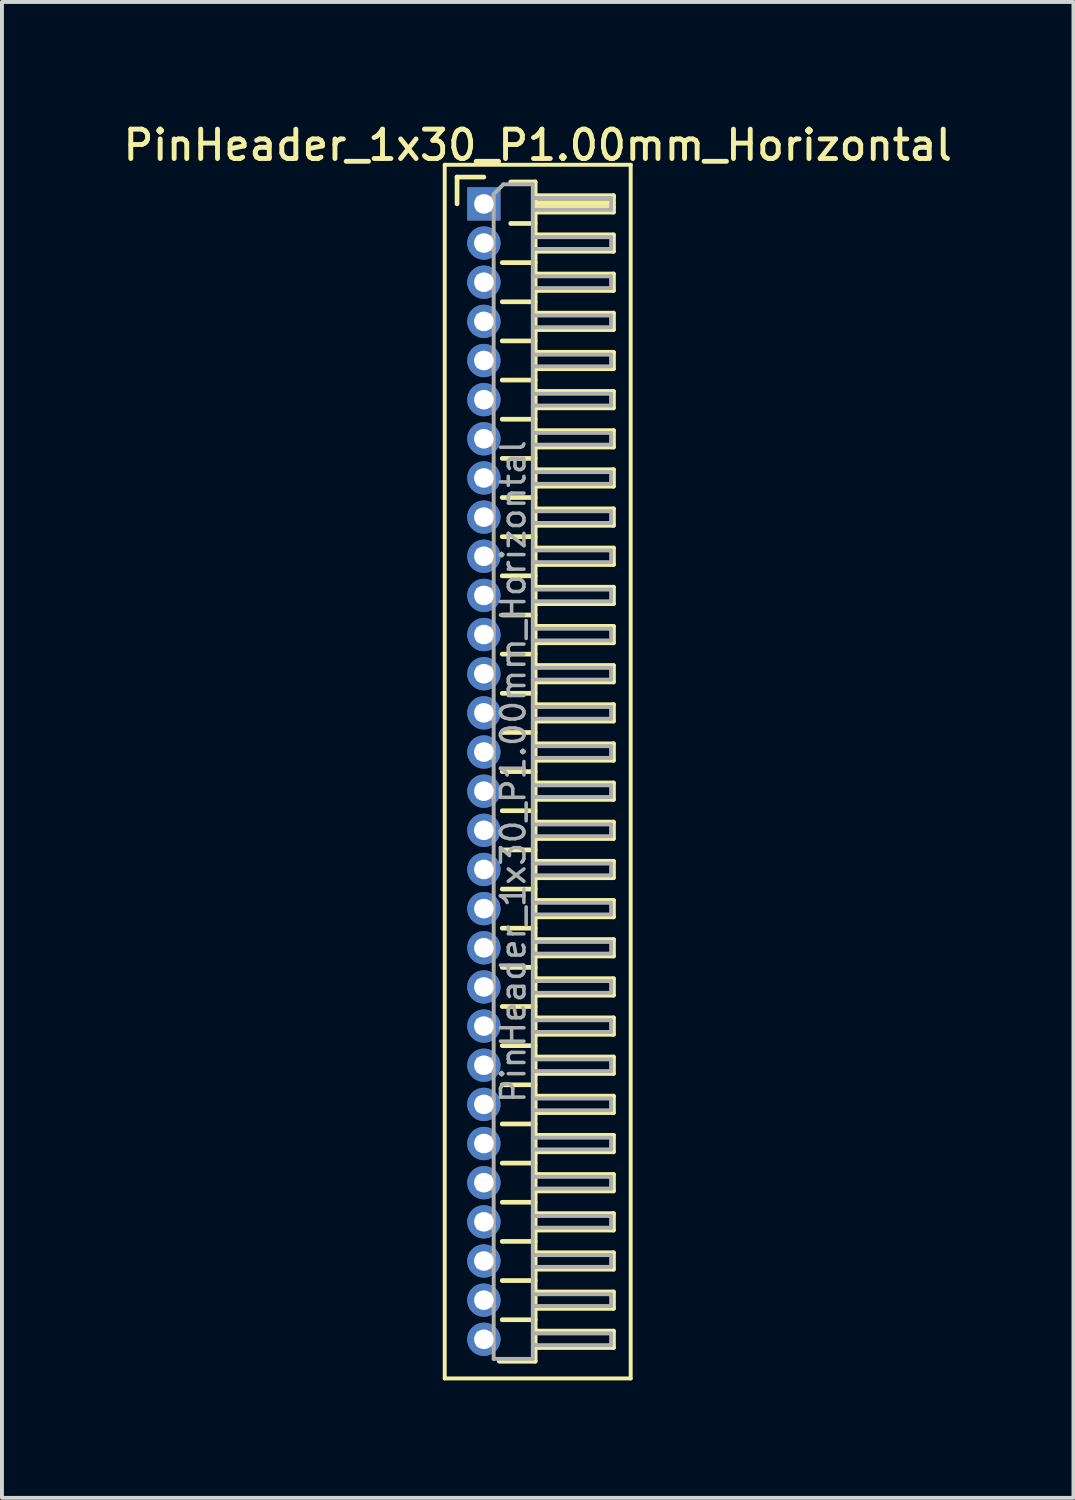
<source format=kicad_pcb>
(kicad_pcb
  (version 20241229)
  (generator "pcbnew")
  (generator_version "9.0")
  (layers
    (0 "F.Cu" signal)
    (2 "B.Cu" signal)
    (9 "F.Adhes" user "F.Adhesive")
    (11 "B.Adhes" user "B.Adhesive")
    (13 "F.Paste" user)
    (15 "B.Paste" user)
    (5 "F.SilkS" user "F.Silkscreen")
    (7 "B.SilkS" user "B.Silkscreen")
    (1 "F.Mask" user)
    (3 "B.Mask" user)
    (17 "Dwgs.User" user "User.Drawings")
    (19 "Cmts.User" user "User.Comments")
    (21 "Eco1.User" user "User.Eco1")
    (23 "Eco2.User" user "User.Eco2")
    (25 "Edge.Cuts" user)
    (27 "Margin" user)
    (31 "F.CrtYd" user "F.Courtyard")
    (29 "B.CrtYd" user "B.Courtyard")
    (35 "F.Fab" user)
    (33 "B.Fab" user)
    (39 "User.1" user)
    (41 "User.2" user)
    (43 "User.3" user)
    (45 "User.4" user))
  (footprint "PinHeader_1x30_P1.00mm_Horizontal"
    (layer "F.Cu")
    (at 9.309 2.158)
    (property "Reference" "PinHeader_1x30_P1.00mm_Horizontal" (at 1.375 -1.5 0) (layer "F.SilkS") (effects (font (size 0.75 0.75) (thickness 0.125))))
    (attr through_hole)
    (fp_line (start -1 -1) (end -1 30) (stroke (width 0.1) (type solid)) (layer "F.SilkS"))
    (fp_line (start -1 30) (end 3.75 30) (stroke (width 0.1) (type solid)) (layer "F.SilkS"))
    (fp_line (start -0.685 -0.685) (end 0 -0.685) (stroke (width 0.12) (type solid)) (layer "F.SilkS"))
    (fp_line (start -0.685 0) (end -0.685 -0.685) (stroke (width 0.12) (type solid)) (layer "F.SilkS"))
    (fp_line (start 0.468 1.5) (end 1.31 1.5) (stroke (width 0.12) (type solid)) (layer "F.SilkS"))
    (fp_line (start 0.468 2.5) (end 1.31 2.5) (stroke (width 0.12) (type solid)) (layer "F.SilkS"))
    (fp_line (start 0.468 3.5) (end 1.31 3.5) (stroke (width 0.12) (type solid)) (layer "F.SilkS"))
    (fp_line (start 0.468 4.5) (end 1.31 4.5) (stroke (width 0.12) (type solid)) (layer "F.SilkS"))
    (fp_line (start 0.468 5.5) (end 1.31 5.5) (stroke (width 0.12) (type solid)) (layer "F.SilkS"))
    (fp_line (start 0.468 6.5) (end 1.31 6.5) (stroke (width 0.12) (type solid)) (layer "F.SilkS"))
    (fp_line (start 0.468 7.5) (end 1.31 7.5) (stroke (width 0.12) (type solid)) (layer "F.SilkS"))
    (fp_line (start 0.468 8.5) (end 1.31 8.5) (stroke (width 0.12) (type solid)) (layer "F.SilkS"))
    (fp_line (start 0.468 9.5) (end 1.31 9.5) (stroke (width 0.12) (type solid)) (layer "F.SilkS"))
    (fp_line (start 0.468 10.5) (end 1.31 10.5) (stroke (width 0.12) (type solid)) (layer "F.SilkS"))
    (fp_line (start 0.468 11.5) (end 1.31 11.5) (stroke (width 0.12) (type solid)) (layer "F.SilkS"))
    (fp_line (start 0.468 12.5) (end 1.31 12.5) (stroke (width 0.12) (type solid)) (layer "F.SilkS"))
    (fp_line (start 0.468 13.5) (end 1.31 13.5) (stroke (width 0.12) (type solid)) (layer "F.SilkS"))
    (fp_line (start 0.468 14.5) (end 1.31 14.5) (stroke (width 0.12) (type solid)) (layer "F.SilkS"))
    (fp_line (start 0.468 15.5) (end 1.31 15.5) (stroke (width 0.12) (type solid)) (layer "F.SilkS"))
    (fp_line (start 0.468 16.5) (end 1.31 16.5) (stroke (width 0.12) (type solid)) (layer "F.SilkS"))
    (fp_line (start 0.468 17.5) (end 1.31 17.5) (stroke (width 0.12) (type solid)) (layer "F.SilkS"))
    (fp_line (start 0.468 18.5) (end 1.31 18.5) (stroke (width 0.12) (type solid)) (layer "F.SilkS"))
    (fp_line (start 0.468 19.5) (end 1.31 19.5) (stroke (width 0.12) (type solid)) (layer "F.SilkS"))
    (fp_line (start 0.468 20.5) (end 1.31 20.5) (stroke (width 0.12) (type solid)) (layer "F.SilkS"))
    (fp_line (start 0.468 21.5) (end 1.31 21.5) (stroke (width 0.12) (type solid)) (layer "F.SilkS"))
    (fp_line (start 0.468 22.5) (end 1.31 22.5) (stroke (width 0.12) (type solid)) (layer "F.SilkS"))
    (fp_line (start 0.468 23.5) (end 1.31 23.5) (stroke (width 0.12) (type solid)) (layer "F.SilkS"))
    (fp_line (start 0.468 24.5) (end 1.31 24.5) (stroke (width 0.12) (type solid)) (layer "F.SilkS"))
    (fp_line (start 0.468 25.5) (end 1.31 25.5) (stroke (width 0.12) (type solid)) (layer "F.SilkS"))
    (fp_line (start 0.468 26.5) (end 1.31 26.5) (stroke (width 0.12) (type solid)) (layer "F.SilkS"))
    (fp_line (start 0.468 27.5) (end 1.31 27.5) (stroke (width 0.12) (type solid)) (layer "F.SilkS"))
    (fp_line (start 0.468 28.5) (end 1.31 28.5) (stroke (width 0.12) (type solid)) (layer "F.SilkS"))
    (fp_line (start 0.685 -0.56) (end 1.31 -0.56) (stroke (width 0.12) (type solid)) (layer "F.SilkS"))
    (fp_line (start 0.685 0.5) (end 1.31 0.5) (stroke (width 0.12) (type solid)) (layer "F.SilkS"))
    (fp_line (start 1.31 -0.56) (end 1.31 29.56) (stroke (width 0.12) (type solid)) (layer "F.SilkS"))
    (fp_line (start 1.31 -0.21) (end 3.31 -0.21) (stroke (width 0.12) (type solid)) (layer "F.SilkS"))
    (fp_line (start 1.31 -0.15) (end 3.31 -0.15) (stroke (width 0.12) (type solid)) (layer "F.SilkS"))
    (fp_line (start 1.31 -0.03) (end 3.31 -0.03) (stroke (width 0.12) (type solid)) (layer "F.SilkS"))
    (fp_line (start 1.31 0.09) (end 3.31 0.09) (stroke (width 0.12) (type solid)) (layer "F.SilkS"))
    (fp_line (start 1.31 0.79) (end 3.31 0.79) (stroke (width 0.12) (type solid)) (layer "F.SilkS"))
    (fp_line (start 1.31 1.79) (end 3.31 1.79) (stroke (width 0.12) (type solid)) (layer "F.SilkS"))
    (fp_line (start 1.31 2.79) (end 3.31 2.79) (stroke (width 0.12) (type solid)) (layer "F.SilkS"))
    (fp_line (start 1.31 3.79) (end 3.31 3.79) (stroke (width 0.12) (type solid)) (layer "F.SilkS"))
    (fp_line (start 1.31 4.79) (end 3.31 4.79) (stroke (width 0.12) (type solid)) (layer "F.SilkS"))
    (fp_line (start 1.31 5.79) (end 3.31 5.79) (stroke (width 0.12) (type solid)) (layer "F.SilkS"))
    (fp_line (start 1.31 6.79) (end 3.31 6.79) (stroke (width 0.12) (type solid)) (layer "F.SilkS"))
    (fp_line (start 1.31 7.79) (end 3.31 7.79) (stroke (width 0.12) (type solid)) (layer "F.SilkS"))
    (fp_line (start 1.31 8.79) (end 3.31 8.79) (stroke (width 0.12) (type solid)) (layer "F.SilkS"))
    (fp_line (start 1.31 9.79) (end 3.31 9.79) (stroke (width 0.12) (type solid)) (layer "F.SilkS"))
    (fp_line (start 1.31 10.79) (end 3.31 10.79) (stroke (width 0.12) (type solid)) (layer "F.SilkS"))
    (fp_line (start 1.31 11.79) (end 3.31 11.79) (stroke (width 0.12) (type solid)) (layer "F.SilkS"))
    (fp_line (start 1.31 12.79) (end 3.31 12.79) (stroke (width 0.12) (type solid)) (layer "F.SilkS"))
    (fp_line (start 1.31 13.79) (end 3.31 13.79) (stroke (width 0.12) (type solid)) (layer "F.SilkS"))
    (fp_line (start 1.31 14.79) (end 3.31 14.79) (stroke (width 0.12) (type solid)) (layer "F.SilkS"))
    (fp_line (start 1.31 15.79) (end 3.31 15.79) (stroke (width 0.12) (type solid)) (layer "F.SilkS"))
    (fp_line (start 1.31 16.79) (end 3.31 16.79) (stroke (width 0.12) (type solid)) (layer "F.SilkS"))
    (fp_line (start 1.31 17.79) (end 3.31 17.79) (stroke (width 0.12) (type solid)) (layer "F.SilkS"))
    (fp_line (start 1.31 18.79) (end 3.31 18.79) (stroke (width 0.12) (type solid)) (layer "F.SilkS"))
    (fp_line (start 1.31 19.79) (end 3.31 19.79) (stroke (width 0.12) (type solid)) (layer "F.SilkS"))
    (fp_line (start 1.31 20.79) (end 3.31 20.79) (stroke (width 0.12) (type solid)) (layer "F.SilkS"))
    (fp_line (start 1.31 21.79) (end 3.31 21.79) (stroke (width 0.12) (type solid)) (layer "F.SilkS"))
    (fp_line (start 1.31 22.79) (end 3.31 22.79) (stroke (width 0.12) (type solid)) (layer "F.SilkS"))
    (fp_line (start 1.31 23.79) (end 3.31 23.79) (stroke (width 0.12) (type solid)) (layer "F.SilkS"))
    (fp_line (start 1.31 24.79) (end 3.31 24.79) (stroke (width 0.12) (type solid)) (layer "F.SilkS"))
    (fp_line (start 1.31 25.79) (end 3.31 25.79) (stroke (width 0.12) (type solid)) (layer "F.SilkS"))
    (fp_line (start 1.31 26.79) (end 3.31 26.79) (stroke (width 0.12) (type solid)) (layer "F.SilkS"))
    (fp_line (start 1.31 27.79) (end 3.31 27.79) (stroke (width 0.12) (type solid)) (layer "F.SilkS"))
    (fp_line (start 1.31 28.79) (end 3.31 28.79) (stroke (width 0.12) (type solid)) (layer "F.SilkS"))
    (fp_line (start 1.31 29.56) (end 0.394 29.56) (stroke (width 0.12) (type solid)) (layer "F.SilkS"))
    (fp_line (start 3.31 -0.21) (end 3.31 0.21) (stroke (width 0.12) (type solid)) (layer "F.SilkS"))
    (fp_line (start 3.31 0.21) (end 1.31 0.21) (stroke (width 0.12) (type solid)) (layer "F.SilkS"))
    (fp_line (start 3.31 0.79) (end 3.31 1.21) (stroke (width 0.12) (type solid)) (layer "F.SilkS"))
    (fp_line (start 3.31 1.21) (end 1.31 1.21) (stroke (width 0.12) (type solid)) (layer "F.SilkS"))
    (fp_line (start 3.31 1.79) (end 3.31 2.21) (stroke (width 0.12) (type solid)) (layer "F.SilkS"))
    (fp_line (start 3.31 2.21) (end 1.31 2.21) (stroke (width 0.12) (type solid)) (layer "F.SilkS"))
    (fp_line (start 3.31 2.79) (end 3.31 3.21) (stroke (width 0.12) (type solid)) (layer "F.SilkS"))
    (fp_line (start 3.31 3.21) (end 1.31 3.21) (stroke (width 0.12) (type solid)) (layer "F.SilkS"))
    (fp_line (start 3.31 3.79) (end 3.31 4.21) (stroke (width 0.12) (type solid)) (layer "F.SilkS"))
    (fp_line (start 3.31 4.21) (end 1.31 4.21) (stroke (width 0.12) (type solid)) (layer "F.SilkS"))
    (fp_line (start 3.31 4.79) (end 3.31 5.21) (stroke (width 0.12) (type solid)) (layer "F.SilkS"))
    (fp_line (start 3.31 5.21) (end 1.31 5.21) (stroke (width 0.12) (type solid)) (layer "F.SilkS"))
    (fp_line (start 3.31 5.79) (end 3.31 6.21) (stroke (width 0.12) (type solid)) (layer "F.SilkS"))
    (fp_line (start 3.31 6.21) (end 1.31 6.21) (stroke (width 0.12) (type solid)) (layer "F.SilkS"))
    (fp_line (start 3.31 6.79) (end 3.31 7.21) (stroke (width 0.12) (type solid)) (layer "F.SilkS"))
    (fp_line (start 3.31 7.21) (end 1.31 7.21) (stroke (width 0.12) (type solid)) (layer "F.SilkS"))
    (fp_line (start 3.31 7.79) (end 3.31 8.21) (stroke (width 0.12) (type solid)) (layer "F.SilkS"))
    (fp_line (start 3.31 8.21) (end 1.31 8.21) (stroke (width 0.12) (type solid)) (layer "F.SilkS"))
    (fp_line (start 3.31 8.79) (end 3.31 9.21) (stroke (width 0.12) (type solid)) (layer "F.SilkS"))
    (fp_line (start 3.31 9.21) (end 1.31 9.21) (stroke (width 0.12) (type solid)) (layer "F.SilkS"))
    (fp_line (start 3.31 9.79) (end 3.31 10.21) (stroke (width 0.12) (type solid)) (layer "F.SilkS"))
    (fp_line (start 3.31 10.21) (end 1.31 10.21) (stroke (width 0.12) (type solid)) (layer "F.SilkS"))
    (fp_line (start 3.31 10.79) (end 3.31 11.21) (stroke (width 0.12) (type solid)) (layer "F.SilkS"))
    (fp_line (start 3.31 11.21) (end 1.31 11.21) (stroke (width 0.12) (type solid)) (layer "F.SilkS"))
    (fp_line (start 3.31 11.79) (end 3.31 12.21) (stroke (width 0.12) (type solid)) (layer "F.SilkS"))
    (fp_line (start 3.31 12.21) (end 1.31 12.21) (stroke (width 0.12) (type solid)) (layer "F.SilkS"))
    (fp_line (start 3.31 12.79) (end 3.31 13.21) (stroke (width 0.12) (type solid)) (layer "F.SilkS"))
    (fp_line (start 3.31 13.21) (end 1.31 13.21) (stroke (width 0.12) (type solid)) (layer "F.SilkS"))
    (fp_line (start 3.31 13.79) (end 3.31 14.21) (stroke (width 0.12) (type solid)) (layer "F.SilkS"))
    (fp_line (start 3.31 14.21) (end 1.31 14.21) (stroke (width 0.12) (type solid)) (layer "F.SilkS"))
    (fp_line (start 3.31 14.79) (end 3.31 15.21) (stroke (width 0.12) (type solid)) (layer "F.SilkS"))
    (fp_line (start 3.31 15.21) (end 1.31 15.21) (stroke (width 0.12) (type solid)) (layer "F.SilkS"))
    (fp_line (start 3.31 15.79) (end 3.31 16.21) (stroke (width 0.12) (type solid)) (layer "F.SilkS"))
    (fp_line (start 3.31 16.21) (end 1.31 16.21) (stroke (width 0.12) (type solid)) (layer "F.SilkS"))
    (fp_line (start 3.31 16.79) (end 3.31 17.21) (stroke (width 0.12) (type solid)) (layer "F.SilkS"))
    (fp_line (start 3.31 17.21) (end 1.31 17.21) (stroke (width 0.12) (type solid)) (layer "F.SilkS"))
    (fp_line (start 3.31 17.79) (end 3.31 18.21) (stroke (width 0.12) (type solid)) (layer "F.SilkS"))
    (fp_line (start 3.31 18.21) (end 1.31 18.21) (stroke (width 0.12) (type solid)) (layer "F.SilkS"))
    (fp_line (start 3.31 18.79) (end 3.31 19.21) (stroke (width 0.12) (type solid)) (layer "F.SilkS"))
    (fp_line (start 3.31 19.21) (end 1.31 19.21) (stroke (width 0.12) (type solid)) (layer "F.SilkS"))
    (fp_line (start 3.31 19.79) (end 3.31 20.21) (stroke (width 0.12) (type solid)) (layer "F.SilkS"))
    (fp_line (start 3.31 20.21) (end 1.31 20.21) (stroke (width 0.12) (type solid)) (layer "F.SilkS"))
    (fp_line (start 3.31 20.79) (end 3.31 21.21) (stroke (width 0.12) (type solid)) (layer "F.SilkS"))
    (fp_line (start 3.31 21.21) (end 1.31 21.21) (stroke (width 0.12) (type solid)) (layer "F.SilkS"))
    (fp_line (start 3.31 21.79) (end 3.31 22.21) (stroke (width 0.12) (type solid)) (layer "F.SilkS"))
    (fp_line (start 3.31 22.21) (end 1.31 22.21) (stroke (width 0.12) (type solid)) (layer "F.SilkS"))
    (fp_line (start 3.31 22.79) (end 3.31 23.21) (stroke (width 0.12) (type solid)) (layer "F.SilkS"))
    (fp_line (start 3.31 23.21) (end 1.31 23.21) (stroke (width 0.12) (type solid)) (layer "F.SilkS"))
    (fp_line (start 3.31 23.79) (end 3.31 24.21) (stroke (width 0.12) (type solid)) (layer "F.SilkS"))
    (fp_line (start 3.31 24.21) (end 1.31 24.21) (stroke (width 0.12) (type solid)) (layer "F.SilkS"))
    (fp_line (start 3.31 24.79) (end 3.31 25.21) (stroke (width 0.12) (type solid)) (layer "F.SilkS"))
    (fp_line (start 3.31 25.21) (end 1.31 25.21) (stroke (width 0.12) (type solid)) (layer "F.SilkS"))
    (fp_line (start 3.31 25.79) (end 3.31 26.21) (stroke (width 0.12) (type solid)) (layer "F.SilkS"))
    (fp_line (start 3.31 26.21) (end 1.31 26.21) (stroke (width 0.12) (type solid)) (layer "F.SilkS"))
    (fp_line (start 3.31 26.79) (end 3.31 27.21) (stroke (width 0.12) (type solid)) (layer "F.SilkS"))
    (fp_line (start 3.31 27.21) (end 1.31 27.21) (stroke (width 0.12) (type solid)) (layer "F.SilkS"))
    (fp_line (start 3.31 27.79) (end 3.31 28.21) (stroke (width 0.12) (type solid)) (layer "F.SilkS"))
    (fp_line (start 3.31 28.21) (end 1.31 28.21) (stroke (width 0.12) (type solid)) (layer "F.SilkS"))
    (fp_line (start 3.31 28.79) (end 3.31 29.21) (stroke (width 0.12) (type solid)) (layer "F.SilkS"))
    (fp_line (start 3.31 29.21) (end 1.31 29.21) (stroke (width 0.12) (type solid)) (layer "F.SilkS"))
    (fp_line (start 3.75 -1) (end -1 -1) (stroke (width 0.1) (type solid)) (layer "F.SilkS"))
    (fp_line (start 3.75 30) (end 3.75 -1) (stroke (width 0.1) (type solid)) (layer "F.SilkS"))
    (fp_line (start -0.15 -0.15) (end -0.15 0.15) (stroke (width 0.1) (type solid)) (layer "F.Fab"))
    (fp_line (start -0.15 -0.15) (end 0.25 -0.15) (stroke (width 0.1) (type solid)) (layer "F.Fab"))
    (fp_line (start -0.15 0.15) (end 0.25 0.15) (stroke (width 0.1) (type solid)) (layer "F.Fab"))
    (fp_line (start -0.15 0.85) (end -0.15 1.15) (stroke (width 0.1) (type solid)) (layer "F.Fab"))
    (fp_line (start -0.15 0.85) (end 0.25 0.85) (stroke (width 0.1) (type solid)) (layer "F.Fab"))
    (fp_line (start -0.15 1.15) (end 0.25 1.15) (stroke (width 0.1) (type solid)) (layer "F.Fab"))
    (fp_line (start -0.15 1.85) (end -0.15 2.15) (stroke (width 0.1) (type solid)) (layer "F.Fab"))
    (fp_line (start -0.15 1.85) (end 0.25 1.85) (stroke (width 0.1) (type solid)) (layer "F.Fab"))
    (fp_line (start -0.15 2.15) (end 0.25 2.15) (stroke (width 0.1) (type solid)) (layer "F.Fab"))
    (fp_line (start -0.15 2.85) (end -0.15 3.15) (stroke (width 0.1) (type solid)) (layer "F.Fab"))
    (fp_line (start -0.15 2.85) (end 0.25 2.85) (stroke (width 0.1) (type solid)) (layer "F.Fab"))
    (fp_line (start -0.15 3.15) (end 0.25 3.15) (stroke (width 0.1) (type solid)) (layer "F.Fab"))
    (fp_line (start -0.15 3.85) (end -0.15 4.15) (stroke (width 0.1) (type solid)) (layer "F.Fab"))
    (fp_line (start -0.15 3.85) (end 0.25 3.85) (stroke (width 0.1) (type solid)) (layer "F.Fab"))
    (fp_line (start -0.15 4.15) (end 0.25 4.15) (stroke (width 0.1) (type solid)) (layer "F.Fab"))
    (fp_line (start -0.15 4.85) (end -0.15 5.15) (stroke (width 0.1) (type solid)) (layer "F.Fab"))
    (fp_line (start -0.15 4.85) (end 0.25 4.85) (stroke (width 0.1) (type solid)) (layer "F.Fab"))
    (fp_line (start -0.15 5.15) (end 0.25 5.15) (stroke (width 0.1) (type solid)) (layer "F.Fab"))
    (fp_line (start -0.15 5.85) (end -0.15 6.15) (stroke (width 0.1) (type solid)) (layer "F.Fab"))
    (fp_line (start -0.15 5.85) (end 0.25 5.85) (stroke (width 0.1) (type solid)) (layer "F.Fab"))
    (fp_line (start -0.15 6.15) (end 0.25 6.15) (stroke (width 0.1) (type solid)) (layer "F.Fab"))
    (fp_line (start -0.15 6.85) (end -0.15 7.15) (stroke (width 0.1) (type solid)) (layer "F.Fab"))
    (fp_line (start -0.15 6.85) (end 0.25 6.85) (stroke (width 0.1) (type solid)) (layer "F.Fab"))
    (fp_line (start -0.15 7.15) (end 0.25 7.15) (stroke (width 0.1) (type solid)) (layer "F.Fab"))
    (fp_line (start -0.15 7.85) (end -0.15 8.15) (stroke (width 0.1) (type solid)) (layer "F.Fab"))
    (fp_line (start -0.15 7.85) (end 0.25 7.85) (stroke (width 0.1) (type solid)) (layer "F.Fab"))
    (fp_line (start -0.15 8.15) (end 0.25 8.15) (stroke (width 0.1) (type solid)) (layer "F.Fab"))
    (fp_line (start -0.15 8.85) (end -0.15 9.15) (stroke (width 0.1) (type solid)) (layer "F.Fab"))
    (fp_line (start -0.15 8.85) (end 0.25 8.85) (stroke (width 0.1) (type solid)) (layer "F.Fab"))
    (fp_line (start -0.15 9.15) (end 0.25 9.15) (stroke (width 0.1) (type solid)) (layer "F.Fab"))
    (fp_line (start -0.15 9.85) (end -0.15 10.15) (stroke (width 0.1) (type solid)) (layer "F.Fab"))
    (fp_line (start -0.15 9.85) (end 0.25 9.85) (stroke (width 0.1) (type solid)) (layer "F.Fab"))
    (fp_line (start -0.15 10.15) (end 0.25 10.15) (stroke (width 0.1) (type solid)) (layer "F.Fab"))
    (fp_line (start -0.15 10.85) (end -0.15 11.15) (stroke (width 0.1) (type solid)) (layer "F.Fab"))
    (fp_line (start -0.15 10.85) (end 0.25 10.85) (stroke (width 0.1) (type solid)) (layer "F.Fab"))
    (fp_line (start -0.15 11.15) (end 0.25 11.15) (stroke (width 0.1) (type solid)) (layer "F.Fab"))
    (fp_line (start -0.15 11.85) (end -0.15 12.15) (stroke (width 0.1) (type solid)) (layer "F.Fab"))
    (fp_line (start -0.15 11.85) (end 0.25 11.85) (stroke (width 0.1) (type solid)) (layer "F.Fab"))
    (fp_line (start -0.15 12.15) (end 0.25 12.15) (stroke (width 0.1) (type solid)) (layer "F.Fab"))
    (fp_line (start -0.15 12.85) (end -0.15 13.15) (stroke (width 0.1) (type solid)) (layer "F.Fab"))
    (fp_line (start -0.15 12.85) (end 0.25 12.85) (stroke (width 0.1) (type solid)) (layer "F.Fab"))
    (fp_line (start -0.15 13.15) (end 0.25 13.15) (stroke (width 0.1) (type solid)) (layer "F.Fab"))
    (fp_line (start -0.15 13.85) (end -0.15 14.15) (stroke (width 0.1) (type solid)) (layer "F.Fab"))
    (fp_line (start -0.15 13.85) (end 0.25 13.85) (stroke (width 0.1) (type solid)) (layer "F.Fab"))
    (fp_line (start -0.15 14.15) (end 0.25 14.15) (stroke (width 0.1) (type solid)) (layer "F.Fab"))
    (fp_line (start -0.15 14.85) (end -0.15 15.15) (stroke (width 0.1) (type solid)) (layer "F.Fab"))
    (fp_line (start -0.15 14.85) (end 0.25 14.85) (stroke (width 0.1) (type solid)) (layer "F.Fab"))
    (fp_line (start -0.15 15.15) (end 0.25 15.15) (stroke (width 0.1) (type solid)) (layer "F.Fab"))
    (fp_line (start -0.15 15.85) (end -0.15 16.15) (stroke (width 0.1) (type solid)) (layer "F.Fab"))
    (fp_line (start -0.15 15.85) (end 0.25 15.85) (stroke (width 0.1) (type solid)) (layer "F.Fab"))
    (fp_line (start -0.15 16.15) (end 0.25 16.15) (stroke (width 0.1) (type solid)) (layer "F.Fab"))
    (fp_line (start -0.15 16.85) (end -0.15 17.15) (stroke (width 0.1) (type solid)) (layer "F.Fab"))
    (fp_line (start -0.15 16.85) (end 0.25 16.85) (stroke (width 0.1) (type solid)) (layer "F.Fab"))
    (fp_line (start -0.15 17.15) (end 0.25 17.15) (stroke (width 0.1) (type solid)) (layer "F.Fab"))
    (fp_line (start -0.15 17.85) (end -0.15 18.15) (stroke (width 0.1) (type solid)) (layer "F.Fab"))
    (fp_line (start -0.15 17.85) (end 0.25 17.85) (stroke (width 0.1) (type solid)) (layer "F.Fab"))
    (fp_line (start -0.15 18.15) (end 0.25 18.15) (stroke (width 0.1) (type solid)) (layer "F.Fab"))
    (fp_line (start -0.15 18.85) (end -0.15 19.15) (stroke (width 0.1) (type solid)) (layer "F.Fab"))
    (fp_line (start -0.15 18.85) (end 0.25 18.85) (stroke (width 0.1) (type solid)) (layer "F.Fab"))
    (fp_line (start -0.15 19.15) (end 0.25 19.15) (stroke (width 0.1) (type solid)) (layer "F.Fab"))
    (fp_line (start -0.15 19.85) (end -0.15 20.15) (stroke (width 0.1) (type solid)) (layer "F.Fab"))
    (fp_line (start -0.15 19.85) (end 0.25 19.85) (stroke (width 0.1) (type solid)) (layer "F.Fab"))
    (fp_line (start -0.15 20.15) (end 0.25 20.15) (stroke (width 0.1) (type solid)) (layer "F.Fab"))
    (fp_line (start -0.15 20.85) (end -0.15 21.15) (stroke (width 0.1) (type solid)) (layer "F.Fab"))
    (fp_line (start -0.15 20.85) (end 0.25 20.85) (stroke (width 0.1) (type solid)) (layer "F.Fab"))
    (fp_line (start -0.15 21.15) (end 0.25 21.15) (stroke (width 0.1) (type solid)) (layer "F.Fab"))
    (fp_line (start -0.15 21.85) (end -0.15 22.15) (stroke (width 0.1) (type solid)) (layer "F.Fab"))
    (fp_line (start -0.15 21.85) (end 0.25 21.85) (stroke (width 0.1) (type solid)) (layer "F.Fab"))
    (fp_line (start -0.15 22.15) (end 0.25 22.15) (stroke (width 0.1) (type solid)) (layer "F.Fab"))
    (fp_line (start -0.15 22.85) (end -0.15 23.15) (stroke (width 0.1) (type solid)) (layer "F.Fab"))
    (fp_line (start -0.15 22.85) (end 0.25 22.85) (stroke (width 0.1) (type solid)) (layer "F.Fab"))
    (fp_line (start -0.15 23.15) (end 0.25 23.15) (stroke (width 0.1) (type solid)) (layer "F.Fab"))
    (fp_line (start -0.15 23.85) (end -0.15 24.15) (stroke (width 0.1) (type solid)) (layer "F.Fab"))
    (fp_line (start -0.15 23.85) (end 0.25 23.85) (stroke (width 0.1) (type solid)) (layer "F.Fab"))
    (fp_line (start -0.15 24.15) (end 0.25 24.15) (stroke (width 0.1) (type solid)) (layer "F.Fab"))
    (fp_line (start -0.15 24.85) (end -0.15 25.15) (stroke (width 0.1) (type solid)) (layer "F.Fab"))
    (fp_line (start -0.15 24.85) (end 0.25 24.85) (stroke (width 0.1) (type solid)) (layer "F.Fab"))
    (fp_line (start -0.15 25.15) (end 0.25 25.15) (stroke (width 0.1) (type solid)) (layer "F.Fab"))
    (fp_line (start -0.15 25.85) (end -0.15 26.15) (stroke (width 0.1) (type solid)) (layer "F.Fab"))
    (fp_line (start -0.15 25.85) (end 0.25 25.85) (stroke (width 0.1) (type solid)) (layer "F.Fab"))
    (fp_line (start -0.15 26.15) (end 0.25 26.15) (stroke (width 0.1) (type solid)) (layer "F.Fab"))
    (fp_line (start -0.15 26.85) (end -0.15 27.15) (stroke (width 0.1) (type solid)) (layer "F.Fab"))
    (fp_line (start -0.15 26.85) (end 0.25 26.85) (stroke (width 0.1) (type solid)) (layer "F.Fab"))
    (fp_line (start -0.15 27.15) (end 0.25 27.15) (stroke (width 0.1) (type solid)) (layer "F.Fab"))
    (fp_line (start -0.15 27.85) (end -0.15 28.15) (stroke (width 0.1) (type solid)) (layer "F.Fab"))
    (fp_line (start -0.15 27.85) (end 0.25 27.85) (stroke (width 0.1) (type solid)) (layer "F.Fab"))
    (fp_line (start -0.15 28.15) (end 0.25 28.15) (stroke (width 0.1) (type solid)) (layer "F.Fab"))
    (fp_line (start -0.15 28.85) (end -0.15 29.15) (stroke (width 0.1) (type solid)) (layer "F.Fab"))
    (fp_line (start -0.15 28.85) (end 0.25 28.85) (stroke (width 0.1) (type solid)) (layer "F.Fab"))
    (fp_line (start -0.15 29.15) (end 0.25 29.15) (stroke (width 0.1) (type solid)) (layer "F.Fab"))
    (fp_line (start 0.25 -0.25) (end 0.5 -0.5) (stroke (width 0.1) (type solid)) (layer "F.Fab"))
    (fp_line (start 0.25 29.5) (end 0.25 -0.25) (stroke (width 0.1) (type solid)) (layer "F.Fab"))
    (fp_line (start 0.5 -0.5) (end 1.25 -0.5) (stroke (width 0.1) (type solid)) (layer "F.Fab"))
    (fp_line (start 1.25 -0.5) (end 1.25 29.5) (stroke (width 0.1) (type solid)) (layer "F.Fab"))
    (fp_line (start 1.25 -0.15) (end 3.25 -0.15) (stroke (width 0.1) (type solid)) (layer "F.Fab"))
    (fp_line (start 1.25 0.15) (end 3.25 0.15) (stroke (width 0.1) (type solid)) (layer "F.Fab"))
    (fp_line (start 1.25 0.85) (end 3.25 0.85) (stroke (width 0.1) (type solid)) (layer "F.Fab"))
    (fp_line (start 1.25 1.15) (end 3.25 1.15) (stroke (width 0.1) (type solid)) (layer "F.Fab"))
    (fp_line (start 1.25 1.85) (end 3.25 1.85) (stroke (width 0.1) (type solid)) (layer "F.Fab"))
    (fp_line (start 1.25 2.15) (end 3.25 2.15) (stroke (width 0.1) (type solid)) (layer "F.Fab"))
    (fp_line (start 1.25 2.85) (end 3.25 2.85) (stroke (width 0.1) (type solid)) (layer "F.Fab"))
    (fp_line (start 1.25 3.15) (end 3.25 3.15) (stroke (width 0.1) (type solid)) (layer "F.Fab"))
    (fp_line (start 1.25 3.85) (end 3.25 3.85) (stroke (width 0.1) (type solid)) (layer "F.Fab"))
    (fp_line (start 1.25 4.15) (end 3.25 4.15) (stroke (width 0.1) (type solid)) (layer "F.Fab"))
    (fp_line (start 1.25 4.85) (end 3.25 4.85) (stroke (width 0.1) (type solid)) (layer "F.Fab"))
    (fp_line (start 1.25 5.15) (end 3.25 5.15) (stroke (width 0.1) (type solid)) (layer "F.Fab"))
    (fp_line (start 1.25 5.85) (end 3.25 5.85) (stroke (width 0.1) (type solid)) (layer "F.Fab"))
    (fp_line (start 1.25 6.15) (end 3.25 6.15) (stroke (width 0.1) (type solid)) (layer "F.Fab"))
    (fp_line (start 1.25 6.85) (end 3.25 6.85) (stroke (width 0.1) (type solid)) (layer "F.Fab"))
    (fp_line (start 1.25 7.15) (end 3.25 7.15) (stroke (width 0.1) (type solid)) (layer "F.Fab"))
    (fp_line (start 1.25 7.85) (end 3.25 7.85) (stroke (width 0.1) (type solid)) (layer "F.Fab"))
    (fp_line (start 1.25 8.15) (end 3.25 8.15) (stroke (width 0.1) (type solid)) (layer "F.Fab"))
    (fp_line (start 1.25 8.85) (end 3.25 8.85) (stroke (width 0.1) (type solid)) (layer "F.Fab"))
    (fp_line (start 1.25 9.15) (end 3.25 9.15) (stroke (width 0.1) (type solid)) (layer "F.Fab"))
    (fp_line (start 1.25 9.85) (end 3.25 9.85) (stroke (width 0.1) (type solid)) (layer "F.Fab"))
    (fp_line (start 1.25 10.15) (end 3.25 10.15) (stroke (width 0.1) (type solid)) (layer "F.Fab"))
    (fp_line (start 1.25 10.85) (end 3.25 10.85) (stroke (width 0.1) (type solid)) (layer "F.Fab"))
    (fp_line (start 1.25 11.15) (end 3.25 11.15) (stroke (width 0.1) (type solid)) (layer "F.Fab"))
    (fp_line (start 1.25 11.85) (end 3.25 11.85) (stroke (width 0.1) (type solid)) (layer "F.Fab"))
    (fp_line (start 1.25 12.15) (end 3.25 12.15) (stroke (width 0.1) (type solid)) (layer "F.Fab"))
    (fp_line (start 1.25 12.85) (end 3.25 12.85) (stroke (width 0.1) (type solid)) (layer "F.Fab"))
    (fp_line (start 1.25 13.15) (end 3.25 13.15) (stroke (width 0.1) (type solid)) (layer "F.Fab"))
    (fp_line (start 1.25 13.85) (end 3.25 13.85) (stroke (width 0.1) (type solid)) (layer "F.Fab"))
    (fp_line (start 1.25 14.15) (end 3.25 14.15) (stroke (width 0.1) (type solid)) (layer "F.Fab"))
    (fp_line (start 1.25 14.85) (end 3.25 14.85) (stroke (width 0.1) (type solid)) (layer "F.Fab"))
    (fp_line (start 1.25 15.15) (end 3.25 15.15) (stroke (width 0.1) (type solid)) (layer "F.Fab"))
    (fp_line (start 1.25 15.85) (end 3.25 15.85) (stroke (width 0.1) (type solid)) (layer "F.Fab"))
    (fp_line (start 1.25 16.15) (end 3.25 16.15) (stroke (width 0.1) (type solid)) (layer "F.Fab"))
    (fp_line (start 1.25 16.85) (end 3.25 16.85) (stroke (width 0.1) (type solid)) (layer "F.Fab"))
    (fp_line (start 1.25 17.15) (end 3.25 17.15) (stroke (width 0.1) (type solid)) (layer "F.Fab"))
    (fp_line (start 1.25 17.85) (end 3.25 17.85) (stroke (width 0.1) (type solid)) (layer "F.Fab"))
    (fp_line (start 1.25 18.15) (end 3.25 18.15) (stroke (width 0.1) (type solid)) (layer "F.Fab"))
    (fp_line (start 1.25 18.85) (end 3.25 18.85) (stroke (width 0.1) (type solid)) (layer "F.Fab"))
    (fp_line (start 1.25 19.15) (end 3.25 19.15) (stroke (width 0.1) (type solid)) (layer "F.Fab"))
    (fp_line (start 1.25 19.85) (end 3.25 19.85) (stroke (width 0.1) (type solid)) (layer "F.Fab"))
    (fp_line (start 1.25 20.15) (end 3.25 20.15) (stroke (width 0.1) (type solid)) (layer "F.Fab"))
    (fp_line (start 1.25 20.85) (end 3.25 20.85) (stroke (width 0.1) (type solid)) (layer "F.Fab"))
    (fp_line (start 1.25 21.15) (end 3.25 21.15) (stroke (width 0.1) (type solid)) (layer "F.Fab"))
    (fp_line (start 1.25 21.85) (end 3.25 21.85) (stroke (width 0.1) (type solid)) (layer "F.Fab"))
    (fp_line (start 1.25 22.15) (end 3.25 22.15) (stroke (width 0.1) (type solid)) (layer "F.Fab"))
    (fp_line (start 1.25 22.85) (end 3.25 22.85) (stroke (width 0.1) (type solid)) (layer "F.Fab"))
    (fp_line (start 1.25 23.15) (end 3.25 23.15) (stroke (width 0.1) (type solid)) (layer "F.Fab"))
    (fp_line (start 1.25 23.85) (end 3.25 23.85) (stroke (width 0.1) (type solid)) (layer "F.Fab"))
    (fp_line (start 1.25 24.15) (end 3.25 24.15) (stroke (width 0.1) (type solid)) (layer "F.Fab"))
    (fp_line (start 1.25 24.85) (end 3.25 24.85) (stroke (width 0.1) (type solid)) (layer "F.Fab"))
    (fp_line (start 1.25 25.15) (end 3.25 25.15) (stroke (width 0.1) (type solid)) (layer "F.Fab"))
    (fp_line (start 1.25 25.85) (end 3.25 25.85) (stroke (width 0.1) (type solid)) (layer "F.Fab"))
    (fp_line (start 1.25 26.15) (end 3.25 26.15) (stroke (width 0.1) (type solid)) (layer "F.Fab"))
    (fp_line (start 1.25 26.85) (end 3.25 26.85) (stroke (width 0.1) (type solid)) (layer "F.Fab"))
    (fp_line (start 1.25 27.15) (end 3.25 27.15) (stroke (width 0.1) (type solid)) (layer "F.Fab"))
    (fp_line (start 1.25 27.85) (end 3.25 27.85) (stroke (width 0.1) (type solid)) (layer "F.Fab"))
    (fp_line (start 1.25 28.15) (end 3.25 28.15) (stroke (width 0.1) (type solid)) (layer "F.Fab"))
    (fp_line (start 1.25 28.85) (end 3.25 28.85) (stroke (width 0.1) (type solid)) (layer "F.Fab"))
    (fp_line (start 1.25 29.15) (end 3.25 29.15) (stroke (width 0.1) (type solid)) (layer "F.Fab"))
    (fp_line (start 1.25 29.5) (end 0.25 29.5) (stroke (width 0.1) (type solid)) (layer "F.Fab"))
    (fp_line (start 3.25 -0.15) (end 3.25 0.15) (stroke (width 0.1) (type solid)) (layer "F.Fab"))
    (fp_line (start 3.25 0.85) (end 3.25 1.15) (stroke (width 0.1) (type solid)) (layer "F.Fab"))
    (fp_line (start 3.25 1.85) (end 3.25 2.15) (stroke (width 0.1) (type solid)) (layer "F.Fab"))
    (fp_line (start 3.25 2.85) (end 3.25 3.15) (stroke (width 0.1) (type solid)) (layer "F.Fab"))
    (fp_line (start 3.25 3.85) (end 3.25 4.15) (stroke (width 0.1) (type solid)) (layer "F.Fab"))
    (fp_line (start 3.25 4.85) (end 3.25 5.15) (stroke (width 0.1) (type solid)) (layer "F.Fab"))
    (fp_line (start 3.25 5.85) (end 3.25 6.15) (stroke (width 0.1) (type solid)) (layer "F.Fab"))
    (fp_line (start 3.25 6.85) (end 3.25 7.15) (stroke (width 0.1) (type solid)) (layer "F.Fab"))
    (fp_line (start 3.25 7.85) (end 3.25 8.15) (stroke (width 0.1) (type solid)) (layer "F.Fab"))
    (fp_line (start 3.25 8.85) (end 3.25 9.15) (stroke (width 0.1) (type solid)) (layer "F.Fab"))
    (fp_line (start 3.25 9.85) (end 3.25 10.15) (stroke (width 0.1) (type solid)) (layer "F.Fab"))
    (fp_line (start 3.25 10.85) (end 3.25 11.15) (stroke (width 0.1) (type solid)) (layer "F.Fab"))
    (fp_line (start 3.25 11.85) (end 3.25 12.15) (stroke (width 0.1) (type solid)) (layer "F.Fab"))
    (fp_line (start 3.25 12.85) (end 3.25 13.15) (stroke (width 0.1) (type solid)) (layer "F.Fab"))
    (fp_line (start 3.25 13.85) (end 3.25 14.15) (stroke (width 0.1) (type solid)) (layer "F.Fab"))
    (fp_line (start 3.25 14.85) (end 3.25 15.15) (stroke (width 0.1) (type solid)) (layer "F.Fab"))
    (fp_line (start 3.25 15.85) (end 3.25 16.15) (stroke (width 0.1) (type solid)) (layer "F.Fab"))
    (fp_line (start 3.25 16.85) (end 3.25 17.15) (stroke (width 0.1) (type solid)) (layer "F.Fab"))
    (fp_line (start 3.25 17.85) (end 3.25 18.15) (stroke (width 0.1) (type solid)) (layer "F.Fab"))
    (fp_line (start 3.25 18.85) (end 3.25 19.15) (stroke (width 0.1) (type solid)) (layer "F.Fab"))
    (fp_line (start 3.25 19.85) (end 3.25 20.15) (stroke (width 0.1) (type solid)) (layer "F.Fab"))
    (fp_line (start 3.25 20.85) (end 3.25 21.15) (stroke (width 0.1) (type solid)) (layer "F.Fab"))
    (fp_line (start 3.25 21.85) (end 3.25 22.15) (stroke (width 0.1) (type solid)) (layer "F.Fab"))
    (fp_line (start 3.25 22.85) (end 3.25 23.15) (stroke (width 0.1) (type solid)) (layer "F.Fab"))
    (fp_line (start 3.25 23.85) (end 3.25 24.15) (stroke (width 0.1) (type solid)) (layer "F.Fab"))
    (fp_line (start 3.25 24.85) (end 3.25 25.15) (stroke (width 0.1) (type solid)) (layer "F.Fab"))
    (fp_line (start 3.25 25.85) (end 3.25 26.15) (stroke (width 0.1) (type solid)) (layer "F.Fab"))
    (fp_line (start 3.25 26.85) (end 3.25 27.15) (stroke (width 0.1) (type solid)) (layer "F.Fab"))
    (fp_line (start 3.25 27.85) (end 3.25 28.15) (stroke (width 0.1) (type solid)) (layer "F.Fab"))
    (fp_line (start 3.25 28.85) (end 3.25 29.15) (stroke (width 0.1) (type solid)) (layer "F.Fab"))
    (fp_text user "${REFERENCE}" (at 0.75 14.5 90) (layer "F.Fab") (effects (font (size 0.6 0.6) (thickness 0.09))))
    (pad "1" thru_hole rect (at 0 0) (size 0.85 0.85) (drill 0.5) (layers "*.Cu" "*.Mask"))
    (pad "2" thru_hole oval (at 0 1) (size 0.85 0.85) (drill 0.5) (layers "*.Cu" "*.Mask"))
    (pad "3" thru_hole oval (at 0 2) (size 0.85 0.85) (drill 0.5) (layers "*.Cu" "*.Mask"))
    (pad "4" thru_hole oval (at 0 3) (size 0.85 0.85) (drill 0.5) (layers "*.Cu" "*.Mask"))
    (pad "5" thru_hole oval (at 0 4) (size 0.85 0.85) (drill 0.5) (layers "*.Cu" "*.Mask"))
    (pad "6" thru_hole oval (at 0 5) (size 0.85 0.85) (drill 0.5) (layers "*.Cu" "*.Mask"))
    (pad "7" thru_hole oval (at 0 6) (size 0.85 0.85) (drill 0.5) (layers "*.Cu" "*.Mask"))
    (pad "8" thru_hole oval (at 0 7) (size 0.85 0.85) (drill 0.5) (layers "*.Cu" "*.Mask"))
    (pad "9" thru_hole oval (at 0 8) (size 0.85 0.85) (drill 0.5) (layers "*.Cu" "*.Mask"))
    (pad "10" thru_hole oval (at 0 9) (size 0.85 0.85) (drill 0.5) (layers "*.Cu" "*.Mask"))
    (pad "11" thru_hole oval (at 0 10) (size 0.85 0.85) (drill 0.5) (layers "*.Cu" "*.Mask"))
    (pad "12" thru_hole oval (at 0 11) (size 0.85 0.85) (drill 0.5) (layers "*.Cu" "*.Mask"))
    (pad "13" thru_hole oval (at 0 12) (size 0.85 0.85) (drill 0.5) (layers "*.Cu" "*.Mask"))
    (pad "14" thru_hole oval (at 0 13) (size 0.85 0.85) (drill 0.5) (layers "*.Cu" "*.Mask"))
    (pad "15" thru_hole oval (at 0 14) (size 0.85 0.85) (drill 0.5) (layers "*.Cu" "*.Mask"))
    (pad "16" thru_hole oval (at 0 15) (size 0.85 0.85) (drill 0.5) (layers "*.Cu" "*.Mask"))
    (pad "17" thru_hole oval (at 0 16) (size 0.85 0.85) (drill 0.5) (layers "*.Cu" "*.Mask"))
    (pad "18" thru_hole oval (at 0 17) (size 0.85 0.85) (drill 0.5) (layers "*.Cu" "*.Mask"))
    (pad "19" thru_hole oval (at 0 18) (size 0.85 0.85) (drill 0.5) (layers "*.Cu" "*.Mask"))
    (pad "20" thru_hole oval (at 0 19) (size 0.85 0.85) (drill 0.5) (layers "*.Cu" "*.Mask"))
    (pad "21" thru_hole oval (at 0 20) (size 0.85 0.85) (drill 0.5) (layers "*.Cu" "*.Mask"))
    (pad "22" thru_hole oval (at 0 21) (size 0.85 0.85) (drill 0.5) (layers "*.Cu" "*.Mask"))
    (pad "23" thru_hole oval (at 0 22) (size 0.85 0.85) (drill 0.5) (layers "*.Cu" "*.Mask"))
    (pad "24" thru_hole oval (at 0 23) (size 0.85 0.85) (drill 0.5) (layers "*.Cu" "*.Mask"))
    (pad "25" thru_hole oval (at 0 24) (size 0.85 0.85) (drill 0.5) (layers "*.Cu" "*.Mask"))
    (pad "26" thru_hole oval (at 0 25) (size 0.85 0.85) (drill 0.5) (layers "*.Cu" "*.Mask"))
    (pad "27" thru_hole oval (at 0 26) (size 0.85 0.85) (drill 0.5) (layers "*.Cu" "*.Mask"))
    (pad "28" thru_hole oval (at 0 27) (size 0.85 0.85) (drill 0.5) (layers "*.Cu" "*.Mask"))
    (pad "29" thru_hole oval (at 0 28) (size 0.85 0.85) (drill 0.5) (layers "*.Cu" "*.Mask"))
    (pad "30" thru_hole oval (at 0 29) (size 0.85 0.85) (drill 0.5) (layers "*.Cu" "*.Mask")))
  (gr_rect
    (start -3 -3)
    (end 24.368 35.208)
    (stroke (width 0.1) (type default))
    (fill no)
    (layer "Edge.Cuts")))
</source>
